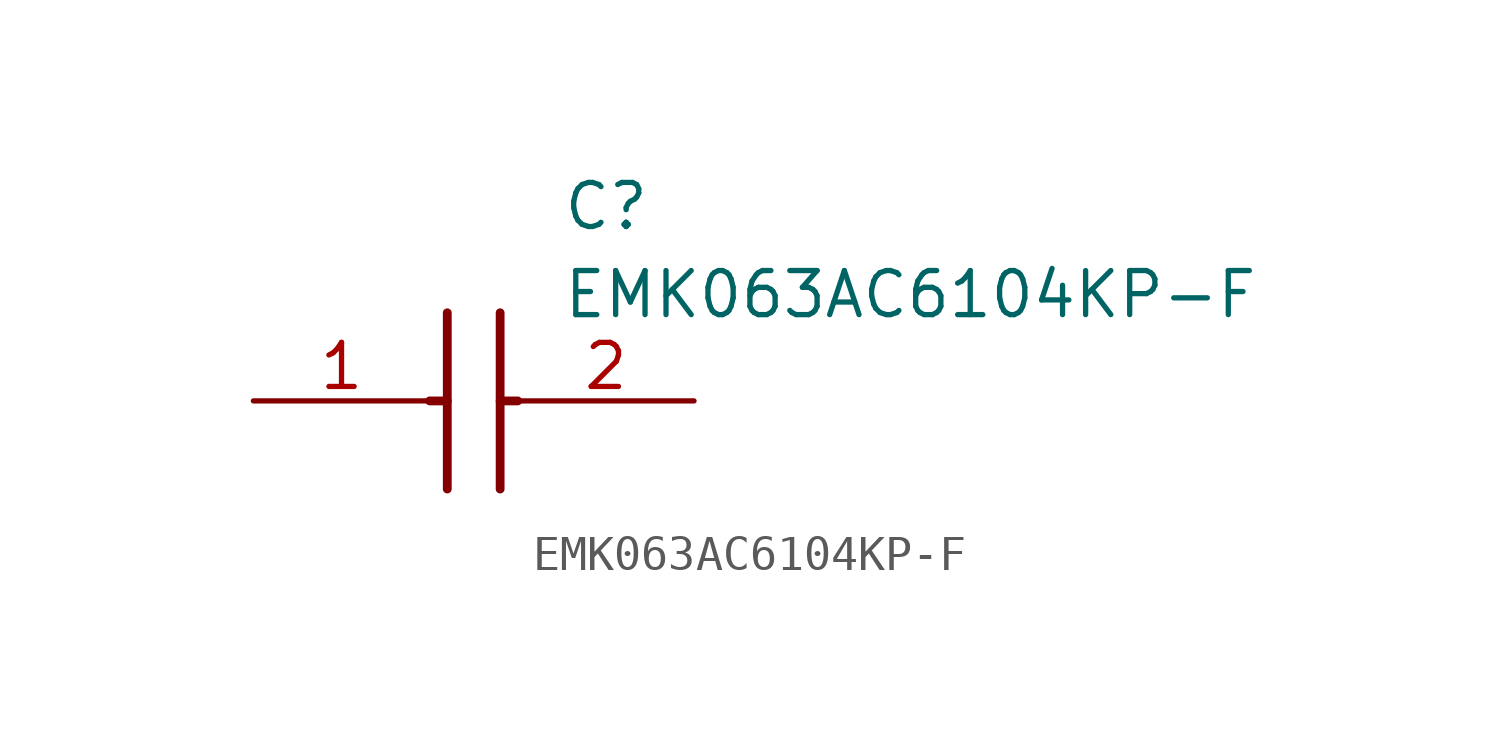
<source format=kicad_sym>
(kicad_symbol_lib
  (version 20211014)
  (generator SamacSys_ECAD_Model)
  (symbol "EMK063AC6104KP-F"
    (pin_names hide)
    (property "Reference" "C"
      (at 8.89 6.35 0)
      (effects (font (size 1.27 1.27)) (justify left top)))
    (property "Value" "EMK063AC6104KP-F"
      (at 8.89 3.81 0)
      (effects (font (size 1.27 1.27)) (justify left top)))
    (polyline
      (pts (xy 5.588 2.54) (xy 5.588 -2.54))
      (stroke (width 0.254) (type default))
      (fill (type none)))
    (polyline
      (pts (xy 7.112 2.54) (xy 7.112 -2.54))
      (stroke (width 0.254) (type default))
      (fill (type none)))
    (polyline
      (pts (xy 5.08 0) (xy 5.588 0))
      (stroke (width 0.254) (type default))
      (fill (type none)))
    (polyline
      (pts (xy 7.112 0) (xy 7.62 0))
      (stroke (width 0.254) (type default))
      (fill (type none)))
    (pin passive line
      (at 0 0 0)
      (length 5.08)
      (name "1" (effects (font (size 1.27 1.27))))
      (number "1" (effects (font (size 1.27 1.27)))))
    (pin passive line
      (at 12.7 0 180)
      (length 5.08)
      (name "2" (effects (font (size 1.27 1.27))))
      (number "2" (effects (font (size 1.27 1.27)))))))
</source>
